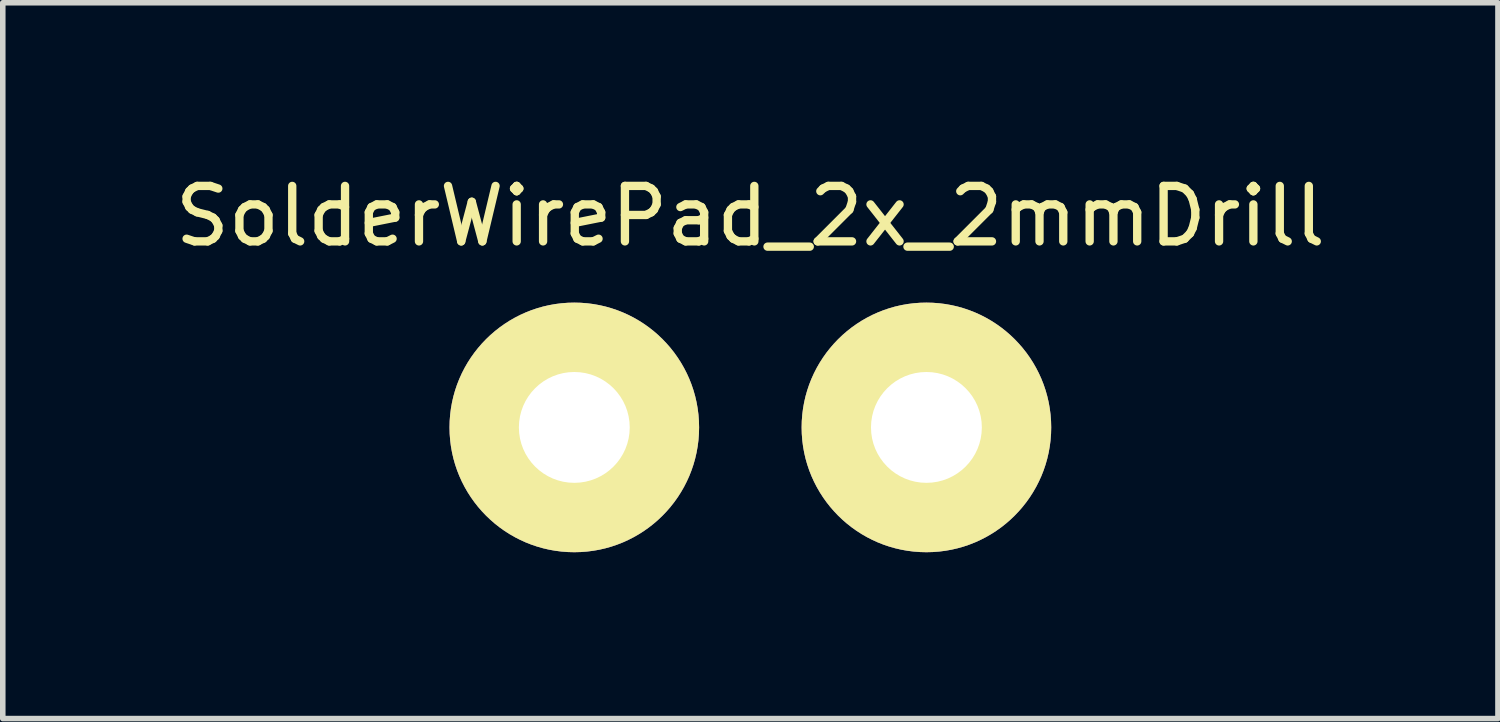
<source format=kicad_pcb>
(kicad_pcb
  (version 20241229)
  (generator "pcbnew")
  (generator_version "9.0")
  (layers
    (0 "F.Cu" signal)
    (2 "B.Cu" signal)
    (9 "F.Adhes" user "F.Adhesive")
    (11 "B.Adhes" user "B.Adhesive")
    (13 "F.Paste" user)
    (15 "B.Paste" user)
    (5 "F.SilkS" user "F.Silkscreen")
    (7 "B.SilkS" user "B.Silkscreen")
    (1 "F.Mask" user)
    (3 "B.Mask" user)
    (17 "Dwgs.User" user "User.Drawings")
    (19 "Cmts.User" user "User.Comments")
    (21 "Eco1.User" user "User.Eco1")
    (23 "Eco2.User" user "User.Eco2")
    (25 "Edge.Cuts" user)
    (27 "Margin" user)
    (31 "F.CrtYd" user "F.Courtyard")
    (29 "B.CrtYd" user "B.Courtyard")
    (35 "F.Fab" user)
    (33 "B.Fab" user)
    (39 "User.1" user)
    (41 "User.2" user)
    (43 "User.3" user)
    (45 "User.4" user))
  (footprint "SolderWirePad_2x_2mmDrill"
    (layer "F.Cu")
    (at 10.482 4.658)
    (property "Reference" "SolderWirePad_2x_2mmDrill" (at 0 -3.81 0) (layer "F.SilkS") (effects (font (size 1 1) (thickness 0.15))))
    (attr through_hole)
    (pad "1" thru_hole circle (at -3.175 0) (size 4.501 4.501) (drill 1.999) (layers "*.Cu" "*.Mask" "F.SilkS"))
    (pad "1" thru_hole circle (at 3.175 0) (size 4.501 4.501) (drill 1.999) (layers "*.Cu" "*.Mask" "F.SilkS")))
  (gr_rect
    (start -3 -3)
    (end 23.964 9.909)
    (stroke (width 0.1) (type default))
    (fill no)
    (layer "Edge.Cuts")))
</source>
